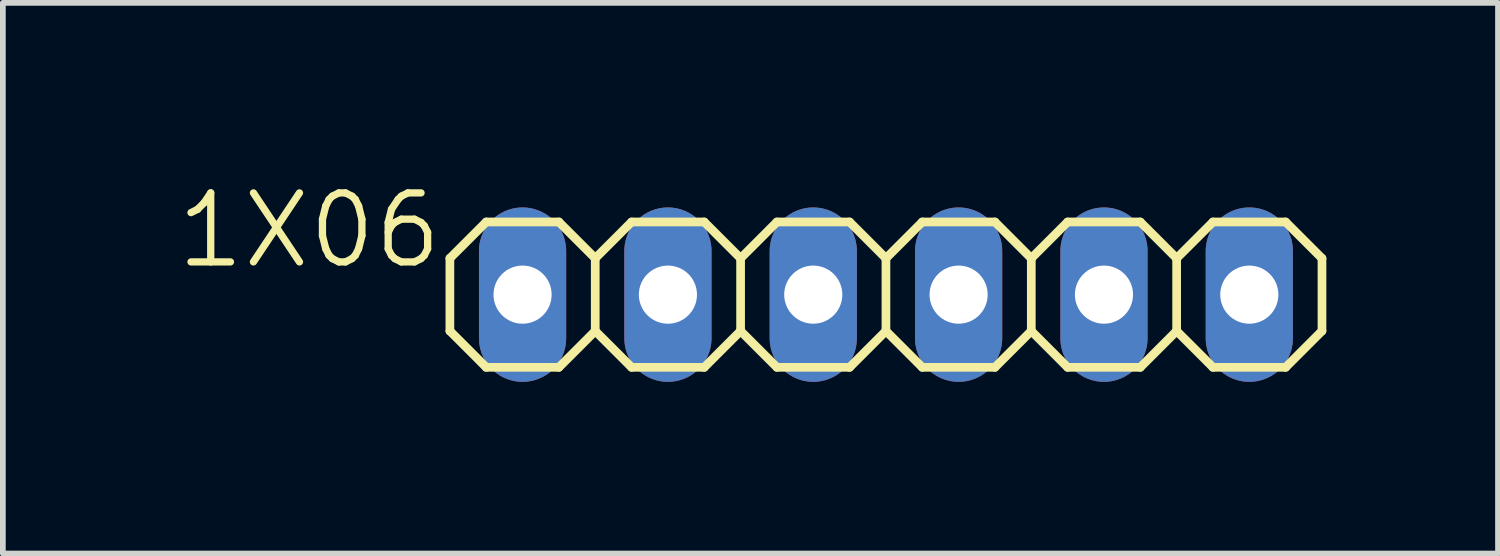
<source format=kicad_pcb>
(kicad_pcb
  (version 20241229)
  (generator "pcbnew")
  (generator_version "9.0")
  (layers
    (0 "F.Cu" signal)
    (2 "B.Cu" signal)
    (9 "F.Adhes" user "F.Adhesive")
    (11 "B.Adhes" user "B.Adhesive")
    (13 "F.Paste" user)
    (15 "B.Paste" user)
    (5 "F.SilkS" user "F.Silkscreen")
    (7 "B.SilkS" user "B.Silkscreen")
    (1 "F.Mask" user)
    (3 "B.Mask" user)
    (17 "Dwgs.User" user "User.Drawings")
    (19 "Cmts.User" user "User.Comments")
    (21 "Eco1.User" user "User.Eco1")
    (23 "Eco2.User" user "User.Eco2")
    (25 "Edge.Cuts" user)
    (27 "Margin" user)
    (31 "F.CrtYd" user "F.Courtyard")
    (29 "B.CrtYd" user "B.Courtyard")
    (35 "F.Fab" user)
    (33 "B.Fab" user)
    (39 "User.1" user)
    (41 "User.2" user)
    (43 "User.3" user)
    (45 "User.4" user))
  (footprint "1X06"
    (layer "F.Cu")
    (at 12.432 2.099)
    (property "Reference" "1X06" (at -7.696 -1.829 0) (layer "F.SilkS") (effects (font (size 1.206 1.206) (thickness 0.127)) (justify right top)))
    (attr through_hole)
    (fp_line (start -7.62 -0.635) (end -7.62 0.635) (stroke (width 0.152) (type solid)) (layer "F.SilkS"))
    (fp_line (start -7.62 0.635) (end -6.985 1.27) (stroke (width 0.152) (type solid)) (layer "F.SilkS"))
    (fp_line (start -6.985 -1.27) (end -7.62 -0.635) (stroke (width 0.152) (type solid)) (layer "F.SilkS"))
    (fp_line (start -6.985 -1.27) (end -5.715 -1.27) (stroke (width 0.152) (type solid)) (layer "F.SilkS"))
    (fp_line (start -5.715 -1.27) (end -5.08 -0.635) (stroke (width 0.152) (type solid)) (layer "F.SilkS"))
    (fp_line (start -5.715 1.27) (end -6.985 1.27) (stroke (width 0.152) (type solid)) (layer "F.SilkS"))
    (fp_line (start -5.08 -0.635) (end -5.08 0.635) (stroke (width 0.152) (type solid)) (layer "F.SilkS"))
    (fp_line (start -5.08 -0.635) (end -4.445 -1.27) (stroke (width 0.152) (type solid)) (layer "F.SilkS"))
    (fp_line (start -5.08 0.635) (end -5.715 1.27) (stroke (width 0.152) (type solid)) (layer "F.SilkS"))
    (fp_line (start -4.445 -1.27) (end -3.175 -1.27) (stroke (width 0.152) (type solid)) (layer "F.SilkS"))
    (fp_line (start -4.445 1.27) (end -5.08 0.635) (stroke (width 0.152) (type solid)) (layer "F.SilkS"))
    (fp_line (start -3.175 -1.27) (end -2.54 -0.635) (stroke (width 0.152) (type solid)) (layer "F.SilkS"))
    (fp_line (start -3.175 1.27) (end -4.445 1.27) (stroke (width 0.152) (type solid)) (layer "F.SilkS"))
    (fp_line (start -2.54 -0.635) (end -2.54 0.635) (stroke (width 0.152) (type solid)) (layer "F.SilkS"))
    (fp_line (start -2.54 -0.635) (end -1.905 -1.27) (stroke (width 0.152) (type solid)) (layer "F.SilkS"))
    (fp_line (start -2.54 0.635) (end -3.175 1.27) (stroke (width 0.152) (type solid)) (layer "F.SilkS"))
    (fp_line (start -1.905 -1.27) (end -0.635 -1.27) (stroke (width 0.152) (type solid)) (layer "F.SilkS"))
    (fp_line (start -1.905 1.27) (end -2.54 0.635) (stroke (width 0.152) (type solid)) (layer "F.SilkS"))
    (fp_line (start -0.635 -1.27) (end 0 -0.635) (stroke (width 0.152) (type solid)) (layer "F.SilkS"))
    (fp_line (start -0.635 1.27) (end -1.905 1.27) (stroke (width 0.152) (type solid)) (layer "F.SilkS"))
    (fp_line (start 0 -0.635) (end 0 0.635) (stroke (width 0.152) (type solid)) (layer "F.SilkS"))
    (fp_line (start 0 0.635) (end -0.635 1.27) (stroke (width 0.152) (type solid)) (layer "F.SilkS"))
    (fp_line (start 0 0.635) (end 0.635 1.27) (stroke (width 0.152) (type solid)) (layer "F.SilkS"))
    (fp_line (start 0.635 -1.27) (end 0 -0.635) (stroke (width 0.152) (type solid)) (layer "F.SilkS"))
    (fp_line (start 0.635 -1.27) (end 1.905 -1.27) (stroke (width 0.152) (type solid)) (layer "F.SilkS"))
    (fp_line (start 1.905 -1.27) (end 2.54 -0.635) (stroke (width 0.152) (type solid)) (layer "F.SilkS"))
    (fp_line (start 1.905 1.27) (end 0.635 1.27) (stroke (width 0.152) (type solid)) (layer "F.SilkS"))
    (fp_line (start 2.54 -0.635) (end 2.54 0.635) (stroke (width 0.152) (type solid)) (layer "F.SilkS"))
    (fp_line (start 2.54 -0.635) (end 3.175 -1.27) (stroke (width 0.152) (type solid)) (layer "F.SilkS"))
    (fp_line (start 2.54 0.635) (end 1.905 1.27) (stroke (width 0.152) (type solid)) (layer "F.SilkS"))
    (fp_line (start 3.175 -1.27) (end 4.445 -1.27) (stroke (width 0.152) (type solid)) (layer "F.SilkS"))
    (fp_line (start 3.175 1.27) (end 2.54 0.635) (stroke (width 0.152) (type solid)) (layer "F.SilkS"))
    (fp_line (start 4.445 -1.27) (end 5.08 -0.635) (stroke (width 0.152) (type solid)) (layer "F.SilkS"))
    (fp_line (start 4.445 1.27) (end 3.175 1.27) (stroke (width 0.152) (type solid)) (layer "F.SilkS"))
    (fp_line (start 5.08 -0.635) (end 5.08 0.635) (stroke (width 0.152) (type solid)) (layer "F.SilkS"))
    (fp_line (start 5.08 0.635) (end 4.445 1.27) (stroke (width 0.152) (type solid)) (layer "F.SilkS"))
    (fp_line (start 5.08 0.635) (end 5.715 1.27) (stroke (width 0.152) (type solid)) (layer "F.SilkS"))
    (fp_line (start 5.715 -1.27) (end 5.08 -0.635) (stroke (width 0.152) (type solid)) (layer "F.SilkS"))
    (fp_line (start 5.715 -1.27) (end 6.985 -1.27) (stroke (width 0.152) (type solid)) (layer "F.SilkS"))
    (fp_line (start 6.985 -1.27) (end 7.62 -0.635) (stroke (width 0.152) (type solid)) (layer "F.SilkS"))
    (fp_line (start 6.985 1.27) (end 5.715 1.27) (stroke (width 0.152) (type solid)) (layer "F.SilkS"))
    (fp_line (start 7.62 -0.635) (end 7.62 0.635) (stroke (width 0.152) (type solid)) (layer "F.SilkS"))
    (fp_line (start 7.62 0.635) (end 6.985 1.27) (stroke (width 0.152) (type solid)) (layer "F.SilkS"))
    (fp_poly (pts (xy -6.604 0.254) (xy -6.096 0.254) (xy -6.096 -0.254) (xy -6.604 -0.254)) (stroke (width 0.1) (type solid)) (fill no) (layer "F.Fab"))
    (fp_poly (pts (xy -4.064 0.254) (xy -3.556 0.254) (xy -3.556 -0.254) (xy -4.064 -0.254)) (stroke (width 0.1) (type solid)) (fill no) (layer "F.Fab"))
    (fp_poly (pts (xy -1.524 0.254) (xy -1.016 0.254) (xy -1.016 -0.254) (xy -1.524 -0.254)) (stroke (width 0.1) (type solid)) (fill no) (layer "F.Fab"))
    (fp_poly (pts (xy 1.016 0.254) (xy 1.524 0.254) (xy 1.524 -0.254) (xy 1.016 -0.254)) (stroke (width 0.1) (type solid)) (fill no) (layer "F.Fab"))
    (fp_poly (pts (xy 3.556 0.254) (xy 4.064 0.254) (xy 4.064 -0.254) (xy 3.556 -0.254)) (stroke (width 0.1) (type solid)) (fill no) (layer "F.Fab"))
    (fp_poly (pts (xy 6.096 0.254) (xy 6.604 0.254) (xy 6.604 -0.254) (xy 6.096 -0.254)) (stroke (width 0.1) (type solid)) (fill no) (layer "F.Fab"))
    (pad "1" thru_hole oval (at -6.35 0 90) (size 3.048 1.524) (drill 1.016) (layers "*.Cu" "*.Mask"))
    (pad "2" thru_hole oval (at -3.81 0 90) (size 3.048 1.524) (drill 1.016) (layers "*.Cu" "*.Mask"))
    (pad "3" thru_hole oval (at -1.27 0 90) (size 3.048 1.524) (drill 1.016) (layers "*.Cu" "*.Mask"))
    (pad "4" thru_hole oval (at 1.27 0 90) (size 3.048 1.524) (drill 1.016) (layers "*.Cu" "*.Mask"))
    (pad "5" thru_hole oval (at 3.81 0 90) (size 3.048 1.524) (drill 1.016) (layers "*.Cu" "*.Mask"))
    (pad "6" thru_hole oval (at 6.35 0 90) (size 3.048 1.524) (drill 1.016) (layers "*.Cu" "*.Mask")))
  (gr_rect
    (start -3 -3)
    (end 23.128 6.623)
    (stroke (width 0.1) (type default))
    (fill no)
    (layer "Edge.Cuts")))
</source>
